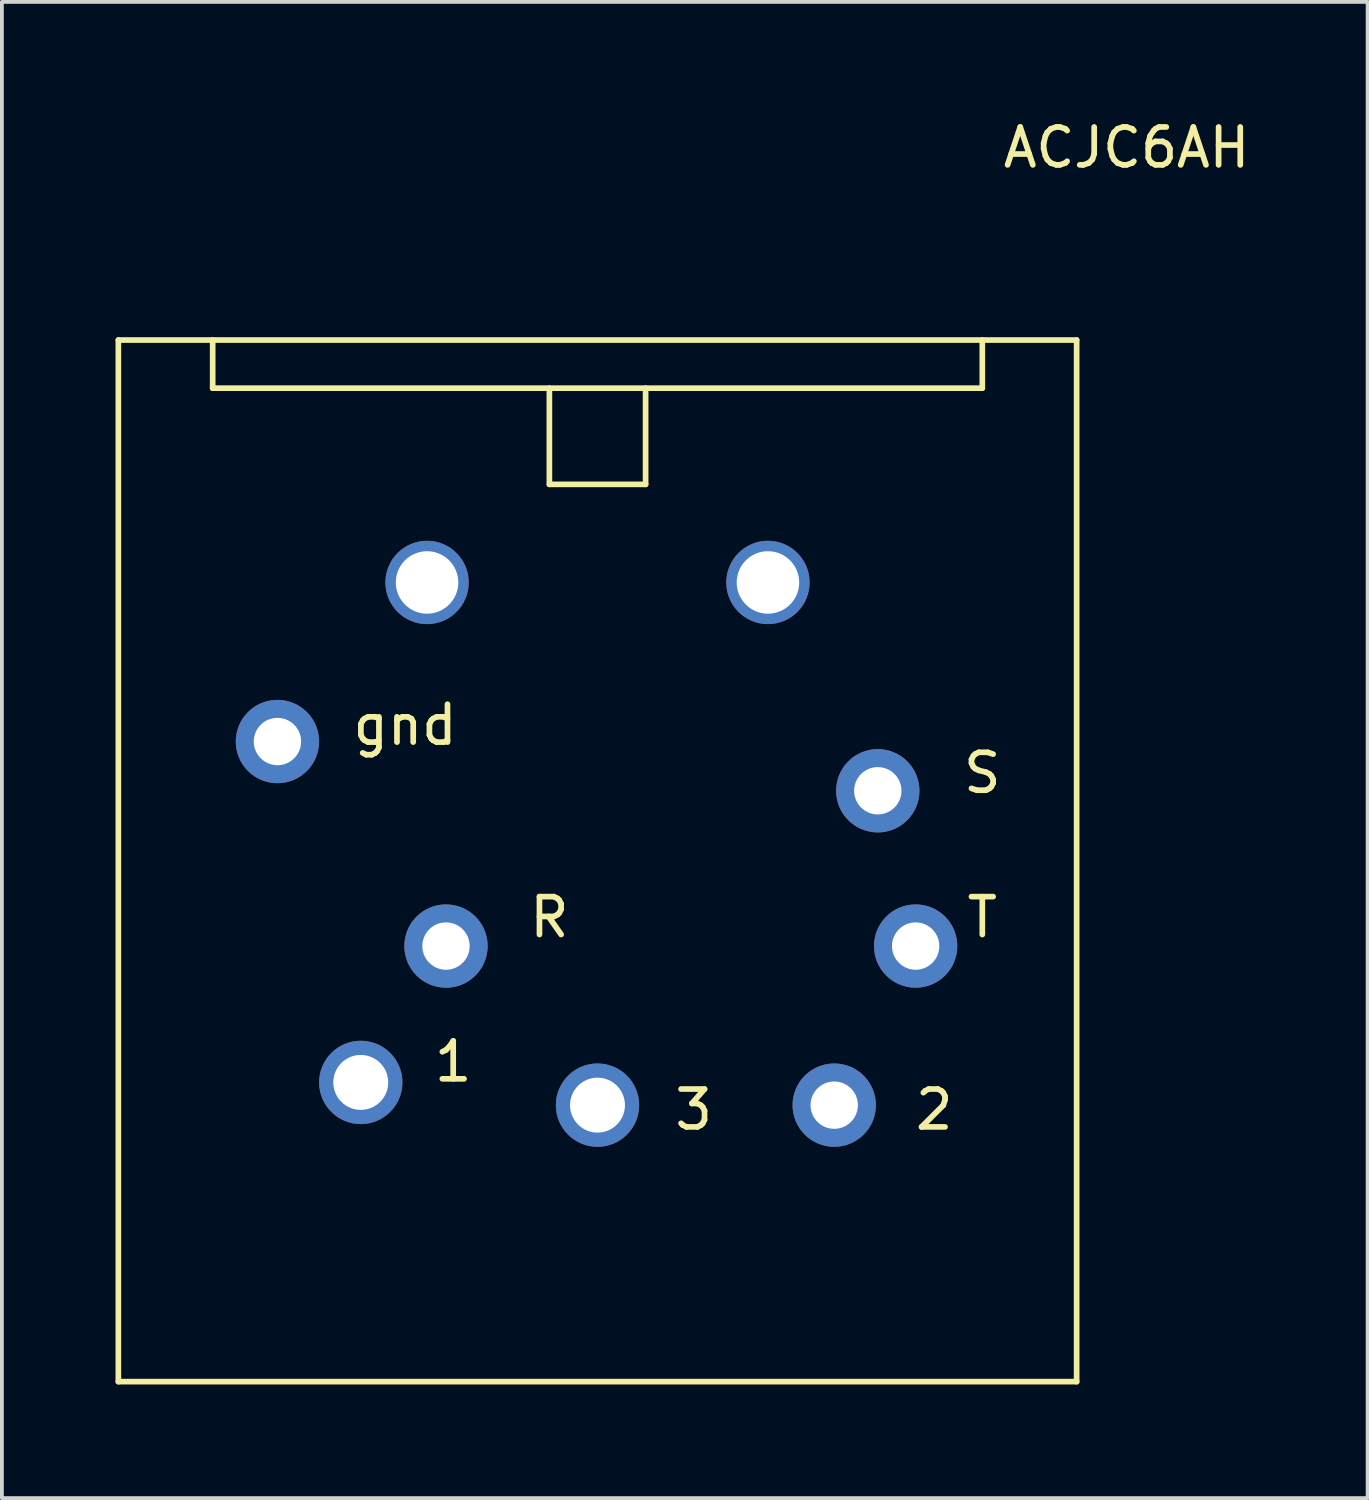
<source format=kicad_pcb>
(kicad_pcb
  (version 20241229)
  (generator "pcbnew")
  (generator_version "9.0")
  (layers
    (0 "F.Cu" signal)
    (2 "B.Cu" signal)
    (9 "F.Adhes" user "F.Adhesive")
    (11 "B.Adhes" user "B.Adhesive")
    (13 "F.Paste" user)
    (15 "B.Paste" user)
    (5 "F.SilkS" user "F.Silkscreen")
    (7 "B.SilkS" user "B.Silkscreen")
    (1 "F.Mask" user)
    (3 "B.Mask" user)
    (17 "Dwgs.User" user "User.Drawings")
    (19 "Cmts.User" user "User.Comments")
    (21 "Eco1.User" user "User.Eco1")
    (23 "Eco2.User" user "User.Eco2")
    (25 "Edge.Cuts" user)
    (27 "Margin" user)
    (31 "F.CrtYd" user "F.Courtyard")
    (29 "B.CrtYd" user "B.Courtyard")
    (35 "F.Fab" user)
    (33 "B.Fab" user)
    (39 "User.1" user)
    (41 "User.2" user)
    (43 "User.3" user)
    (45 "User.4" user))
  (footprint "ACJC6AH"
    (layer "F.Cu")
    (at 12.725 5.928)
    (property "Reference" "ACJC6AH" (at 13.97 -5.08 0) (layer "F.SilkS") (effects (font (size 1 1) (thickness 0.15))))
    (attr through_hole)
    (fp_line (start -12.65 0) (end -12.65 27.5) (stroke (width 0.15) (type solid)) (layer "F.SilkS"))
    (fp_line (start -12.65 0) (end 12.65 0) (stroke (width 0.15) (type solid)) (layer "F.SilkS"))
    (fp_line (start -12.65 27.5) (end 12.65 27.5) (stroke (width 0.15) (type solid)) (layer "F.SilkS"))
    (fp_line (start -10.16 0) (end -10.16 1.27) (stroke (width 0.15) (type solid)) (layer "F.SilkS"))
    (fp_line (start -10.16 1.27) (end 10.16 1.27) (stroke (width 0.15) (type solid)) (layer "F.SilkS"))
    (fp_line (start -1.27 1.27) (end -1.27 3.81) (stroke (width 0.15) (type solid)) (layer "F.SilkS"))
    (fp_line (start -1.27 3.81) (end 1.27 3.81) (stroke (width 0.15) (type solid)) (layer "F.SilkS"))
    (fp_line (start 1.27 3.81) (end 1.27 1.27) (stroke (width 0.15) (type solid)) (layer "F.SilkS"))
    (fp_line (start 10.16 1.27) (end 10.16 0) (stroke (width 0.15) (type solid)) (layer "F.SilkS"))
    (fp_line (start 12.65 0) (end 12.65 27.5) (stroke (width 0.15) (type solid)) (layer "F.SilkS"))
    (fp_text user "gnd" (at -5.08 10.16 0) (layer "F.SilkS") (effects (font (size 1 1) (thickness 0.15))))
    (fp_text user "S" (at 10.16 11.43 0) (layer "F.SilkS") (effects (font (size 1 1) (thickness 0.15))))
    (fp_text user "1" (at -3.81 19.05 0) (layer "F.SilkS") (effects (font (size 1 1) (thickness 0.15))))
    (fp_text user "2" (at 8.89 20.32 0) (layer "F.SilkS") (effects (font (size 1 1) (thickness 0.15))))
    (fp_text user "R" (at -1.27 15.24 0) (layer "F.SilkS") (effects (font (size 1 1) (thickness 0.15))))
    (fp_text user "3" (at 2.54 20.32 0) (layer "F.SilkS") (effects (font (size 1 1) (thickness 0.15))))
    (fp_text user "T" (at 10.16 15.24 0) (layer "F.SilkS") (effects (font (size 1 1) (thickness 0.15))))
    (pad "" np_thru_hole circle (at -4.5 6.4) (size 2.2 2.2) (drill 1.65) (layers "*.Cu" "*.Mask"))
    (pad "" np_thru_hole circle (at 4.5 6.4) (size 2.2 2.2) (drill 1.65) (layers "*.Cu" "*.Mask"))
    (pad "0" thru_hole circle (at -8.45 10.6) (size 2.2 2.2) (drill 1.25) (layers "*.Cu" "*.Mask"))
    (pad "1" thru_hole circle (at -6.25 19.6) (size 2.2 2.2) (drill 1.45) (layers "*.Cu" "*.Mask"))
    (pad "2" thru_hole circle (at 6.25 20.2) (size 2.2 2.2) (drill 1.25) (layers "*.Cu" "*.Mask"))
    (pad "3" thru_hole circle (at 0 20.2) (size 2.2 2.2) (drill 1.45) (layers "*.Cu" "*.Mask"))
    (pad "4" thru_hole circle (at 7.4 11.9) (size 2.2 2.2) (drill 1.25) (layers "*.Cu" "*.Mask"))
    (pad "5" thru_hole circle (at -4 16) (size 2.2 2.2) (drill 1.25) (layers "*.Cu" "*.Mask"))
    (pad "6" thru_hole circle (at 8.4 16) (size 2.2 2.2) (drill 1.25) (layers "*.Cu" "*.Mask")))
  (gr_rect
    (start -3 -3)
    (end 33.058 36.503)
    (stroke (width 0.1) (type default))
    (fill no)
    (layer "Edge.Cuts")))
</source>
